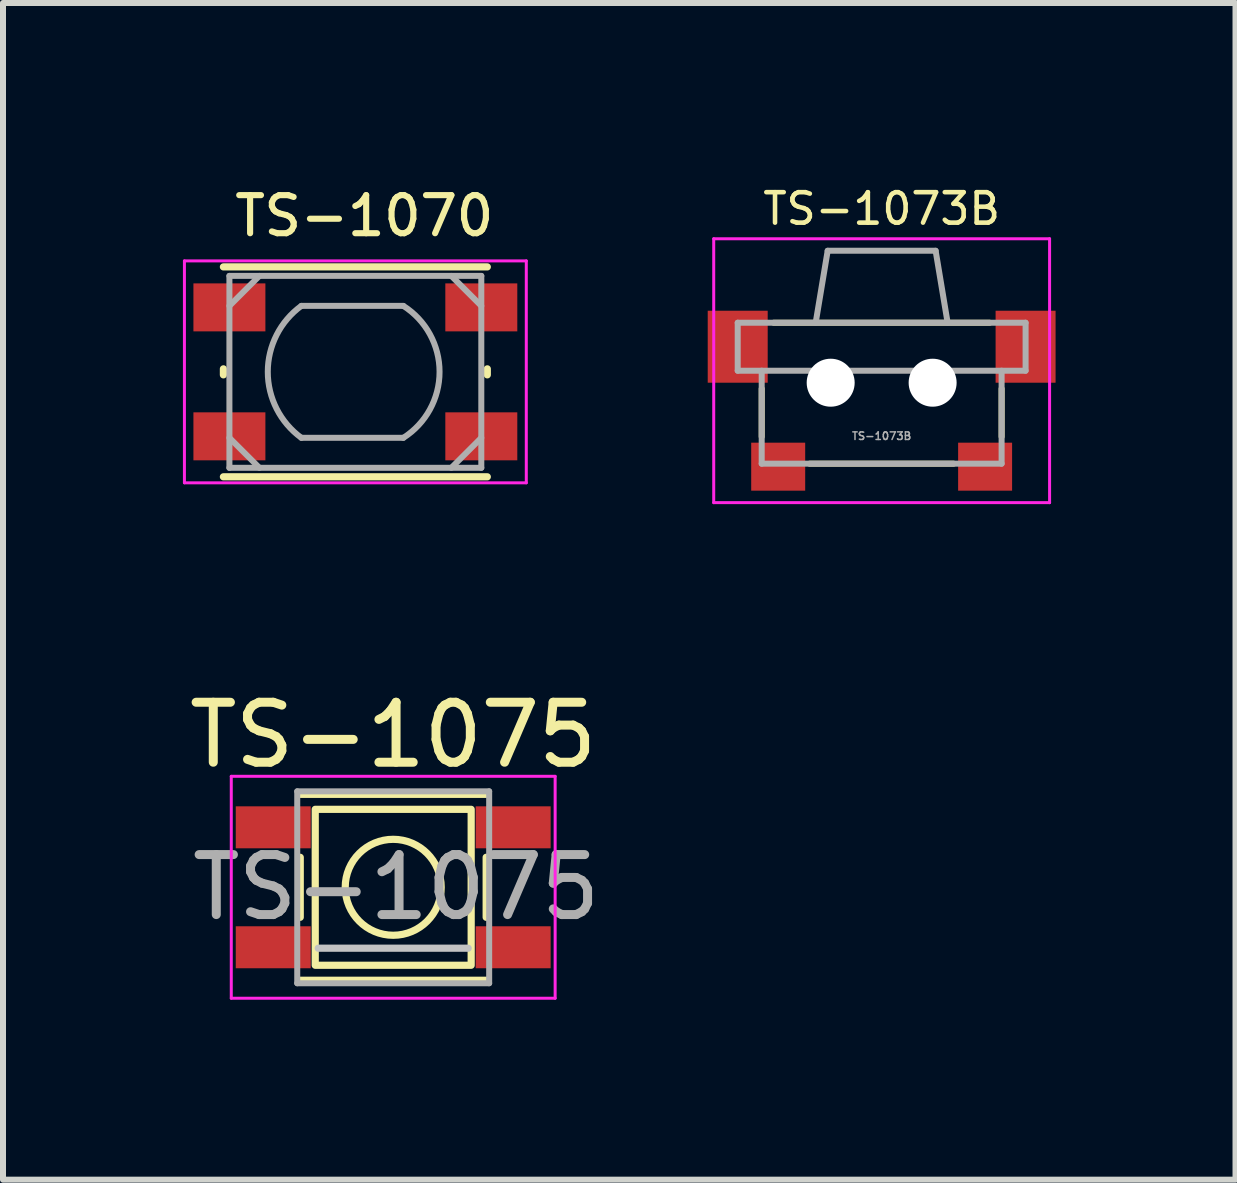
<source format=kicad_pcb>
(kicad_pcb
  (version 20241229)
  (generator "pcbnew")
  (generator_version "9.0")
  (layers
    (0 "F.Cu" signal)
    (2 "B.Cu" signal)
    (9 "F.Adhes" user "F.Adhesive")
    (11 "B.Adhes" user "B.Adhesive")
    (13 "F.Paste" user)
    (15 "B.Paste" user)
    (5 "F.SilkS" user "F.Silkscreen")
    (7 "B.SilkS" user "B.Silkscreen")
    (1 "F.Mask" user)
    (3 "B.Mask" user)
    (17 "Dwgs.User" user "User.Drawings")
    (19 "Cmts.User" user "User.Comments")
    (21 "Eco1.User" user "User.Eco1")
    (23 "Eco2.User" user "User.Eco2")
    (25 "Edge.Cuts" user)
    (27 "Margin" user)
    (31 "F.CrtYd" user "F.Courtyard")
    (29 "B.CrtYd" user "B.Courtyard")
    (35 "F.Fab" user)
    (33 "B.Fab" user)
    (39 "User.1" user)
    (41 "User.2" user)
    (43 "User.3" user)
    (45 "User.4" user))
  (footprint "TS-1075"
    (layer "F.Cu")
    (at 3.506 11.744)
    (property "Reference" "TS-1075" (at 0 -2.54 0) (layer "F.SilkS") (effects (font (size 1 1) (thickness 0.15))))
    (attr smd)
    (fp_line (start -1.55 0.5) (end -1.55 -0.5) (stroke (width 0.12) (type solid)) (layer "F.SilkS"))
    (fp_line (start -1.55 1.55) (end 1.55 1.55) (stroke (width 0.12) (type solid)) (layer "F.SilkS"))
    (fp_line (start 1.55 -1.55) (end -1.55 -1.55) (stroke (width 0.12) (type solid)) (layer "F.SilkS"))
    (fp_line (start 1.55 0.5) (end 1.55 -0.5) (stroke (width 0.12) (type solid)) (layer "F.SilkS"))
    (fp_rect (start -1.3 -1.3) (end 1.3 1.3) (stroke (width 0.12) (type solid)) (fill no) (layer "F.SilkS"))
    (fp_circle (center 0 0) (end 0.8 0) (stroke (width 0.12) (type solid)) (fill no) (layer "F.SilkS"))
    (fp_line (start -1.25 1.016) (end 1.25 1.016) (stroke (width 0.12) (type solid)) (layer "Dwgs.User"))
    (fp_line (start -2.7 -1.85) (end 2.7 -1.85) (stroke (width 0.05) (type solid)) (layer "F.CrtYd"))
    (fp_line (start -2.7 1.85) (end -2.7 -1.85) (stroke (width 0.05) (type solid)) (layer "F.CrtYd"))
    (fp_line (start 2.7 -1.85) (end 2.7 1.85) (stroke (width 0.05) (type solid)) (layer "F.CrtYd"))
    (fp_line (start 2.7 1.85) (end -2.7 1.85) (stroke (width 0.05) (type solid)) (layer "F.CrtYd"))
    (fp_line (start -1.6 -1.6) (end 1.6 -1.6) (stroke (width 0.1) (type solid)) (layer "F.Fab"))
    (fp_line (start -1.6 1.6) (end -1.6 -1.6) (stroke (width 0.1) (type solid)) (layer "F.Fab"))
    (fp_line (start 1.6 -1.6) (end 1.6 1.6) (stroke (width 0.1) (type solid)) (layer "F.Fab"))
    (fp_line (start 1.6 1.6) (end -1.6 1.6) (stroke (width 0.1) (type solid)) (layer "F.Fab"))
    (fp_text user "${REFERENCE}" (at 0.05 0 0) (layer "F.Fab") (effects (font (size 1 1) (thickness 0.15))))
    (pad "1" smd rect (at -2 -1) (size 1.25 0.7) (layers "F.Cu" "F.Mask" "F.Paste"))
    (pad "1" smd rect (at 2 -1) (size 1.25 0.7) (layers "F.Cu" "F.Mask" "F.Paste"))
    (pad "2" smd rect (at -2 1) (size 1.25 0.7) (layers "F.Cu" "F.Mask" "F.Paste"))
    (pad "2" smd rect (at 2 1) (size 1.25 0.7) (layers "F.Cu" "F.Mask" "F.Paste")))
  (footprint "TS-1073B"
    (layer "F.Cu")
    (at 11.65 3.331)
    (property "Reference" "TS-1073B" (at 0 -2.9 180) (layer "F.SilkS") (effects (font (size 0.508 0.508) (thickness 0.076))))
    (attr smd)
    (fp_line (start -2 0.1) (end -2 0.9) (stroke (width 0.1) (type solid)) (layer "F.SilkS"))
    (fp_line (start -1.8 -1) (end 1.8 -1) (stroke (width 0.1) (type solid)) (layer "F.SilkS"))
    (fp_line (start -1.2 1.35) (end 1.2 1.35) (stroke (width 0.1) (type solid)) (layer "F.SilkS"))
    (fp_line (start 2 0.1) (end 2 0.9) (stroke (width 0.1) (type solid)) (layer "F.SilkS"))
    (fp_line (start -2.8 -2.4) (end 2.8 -2.4) (stroke (width 0.05) (type solid)) (layer "F.CrtYd"))
    (fp_line (start -2.8 2) (end -2.8 -2.4) (stroke (width 0.05) (type solid)) (layer "F.CrtYd"))
    (fp_line (start -2.8 2) (end 2.8 2) (stroke (width 0.05) (type solid)) (layer "F.CrtYd"))
    (fp_line (start 2.8 -2.4) (end 2.8 2) (stroke (width 0.05) (type solid)) (layer "F.CrtYd"))
    (fp_line (start -2.4 -1) (end 2.4 -1) (stroke (width 0.1) (type solid)) (layer "F.Fab"))
    (fp_line (start -2.4 -0.2) (end -2.4 -1) (stroke (width 0.1) (type solid)) (layer "F.Fab"))
    (fp_line (start -2.4 -0.2) (end 2.4 -0.2) (stroke (width 0.1) (type solid)) (layer "F.Fab"))
    (fp_line (start -2 -0.2) (end -2 1.35) (stroke (width 0.1) (type solid)) (layer "F.Fab"))
    (fp_line (start -2 1.35) (end 2 1.35) (stroke (width 0.1) (type solid)) (layer "F.Fab"))
    (fp_line (start -0.9 -2.2) (end -1.1 -1) (stroke (width 0.1) (type solid)) (layer "F.Fab"))
    (fp_line (start -0.9 -2.2) (end 0.9 -2.2) (stroke (width 0.1) (type solid)) (layer "F.Fab"))
    (fp_line (start 0.9 -2.2) (end 1.1 -1) (stroke (width 0.1) (type solid)) (layer "F.Fab"))
    (fp_line (start 2 -0.2) (end 2 1.35) (stroke (width 0.1) (type solid)) (layer "F.Fab"))
    (fp_line (start 2.4 -0.2) (end 2.4 -1) (stroke (width 0.1) (type solid)) (layer "F.Fab"))
    (fp_text user "${REFERENCE}" (at 0 0.889 180) (layer "F.Fab") (effects (font (size 0.127 0.127) (thickness 0.025))))
    (pad "" smd rect (at -2.4 -0.6) (size 1 1.2) (layers "F.Cu" "F.Mask" "F.Paste"))
    (pad "" np_thru_hole circle (at -0.85 0) (size 0.8 0.8) (drill 0.8) (layers "*.Cu" "*.Mask"))
    (pad "" np_thru_hole circle (at 0.85 0) (size 0.8 0.8) (drill 0.8) (layers "*.Cu" "*.Mask"))
    (pad "" smd rect (at 2.4 -0.6) (size 1 1.2) (layers "F.Cu" "F.Mask" "F.Paste"))
    (pad "1" smd rect (at -1.725 1.4) (size 0.9 0.8) (layers "F.Cu" "F.Mask" "F.Paste"))
    (pad "2" smd rect (at 1.725 1.4) (size 0.9 0.8) (layers "F.Cu" "F.Mask" "F.Paste")))
  (footprint "TS-1070"
    (layer "F.Cu")
    (at 2.875 3.15)
    (property "Reference" "TS-1070" (at 0.15 -2.6 0) (layer "F.SilkS") (effects (font (size 0.635 0.635) (thickness 0.102))))
    (attr smd)
    (fp_line (start -2.2 0.05) (end -2.2 -0.05) (stroke (width 0.12) (type solid)) (layer "F.SilkS"))
    (fp_line (start -2.2 1.75) (end 2.2 1.75) (stroke (width 0.12) (type solid)) (layer "F.SilkS"))
    (fp_line (start 2.2 -1.75) (end -2.2 -1.75) (stroke (width 0.12) (type solid)) (layer "F.SilkS"))
    (fp_line (start 2.2 0.05) (end 2.2 -0.05) (stroke (width 0.12) (type solid)) (layer "F.SilkS"))
    (fp_line (start -2.85 -1.85) (end 2.85 -1.85) (stroke (width 0.05) (type solid)) (layer "F.CrtYd"))
    (fp_line (start -2.85 1.85) (end -2.85 -1.85) (stroke (width 0.05) (type solid)) (layer "F.CrtYd"))
    (fp_line (start 2.85 -1.85) (end 2.85 1.85) (stroke (width 0.05) (type solid)) (layer "F.CrtYd"))
    (fp_line (start 2.85 1.85) (end -2.85 1.85) (stroke (width 0.05) (type solid)) (layer "F.CrtYd"))
    (fp_line (start -2.1 -1.6) (end 2.1 -1.6) (stroke (width 0.1) (type solid)) (layer "F.Fab"))
    (fp_line (start -2.1 -1.1) (end -1.6 -1.6) (stroke (width 0.1) (type solid)) (layer "F.Fab"))
    (fp_line (start -2.1 1.1) (end -1.6 1.6) (stroke (width 0.1) (type solid)) (layer "F.Fab"))
    (fp_line (start -2.1 1.6) (end -2.1 -1.6) (stroke (width 0.1) (type solid)) (layer "F.Fab"))
    (fp_line (start -0.9 -1.1) (end 0.8 -1.1) (stroke (width 0.1) (type solid)) (layer "F.Fab"))
    (fp_line (start 0.8 1.1) (end -0.9 1.1) (stroke (width 0.1) (type solid)) (layer "F.Fab"))
    (fp_line (start 1.6 -1.6) (end 2.1 -1.1) (stroke (width 0.1) (type solid)) (layer "F.Fab"))
    (fp_line (start 1.6 1.6) (end 2.1 1.1) (stroke (width 0.1) (type solid)) (layer "F.Fab"))
    (fp_line (start 2.1 -1.6) (end 2.1 1.6) (stroke (width 0.1) (type solid)) (layer "F.Fab"))
    (fp_line (start 2.1 1.6) (end -2.1 1.6) (stroke (width 0.1) (type solid)) (layer "F.Fab"))
    (fp_arc (start -0.9 1.099999) (mid -1.460147 0) (end -0.9 -1.099999) (stroke (width 0.1) (type solid)) (layer "F.Fab"))
    (fp_arc (start 0.8 -1.099999) (mid 1.40384 0) (end 0.799999 1.099999) (stroke (width 0.1) (type solid)) (layer "F.Fab"))
    (pad "1" smd rect (at -2.1 -1.075) (size 1.2 0.8) (layers "F.Cu" "F.Mask" "F.Paste"))
    (pad "1" smd rect (at 2.1 -1.075) (size 1.2 0.8) (layers "F.Cu" "F.Mask" "F.Paste"))
    (pad "2" smd rect (at -2.1 1.075) (size 1.2 0.8) (layers "F.Cu" "F.Mask" "F.Paste"))
    (pad "2" smd rect (at 2.1 1.075) (size 1.2 0.8) (layers "F.Cu" "F.Mask" "F.Paste")))
  (gr_rect
    (start -3 -3)
    (end 17.55 16.619)
    (stroke (width 0.1) (type default))
    (fill no)
    (layer "Edge.Cuts")))
</source>
